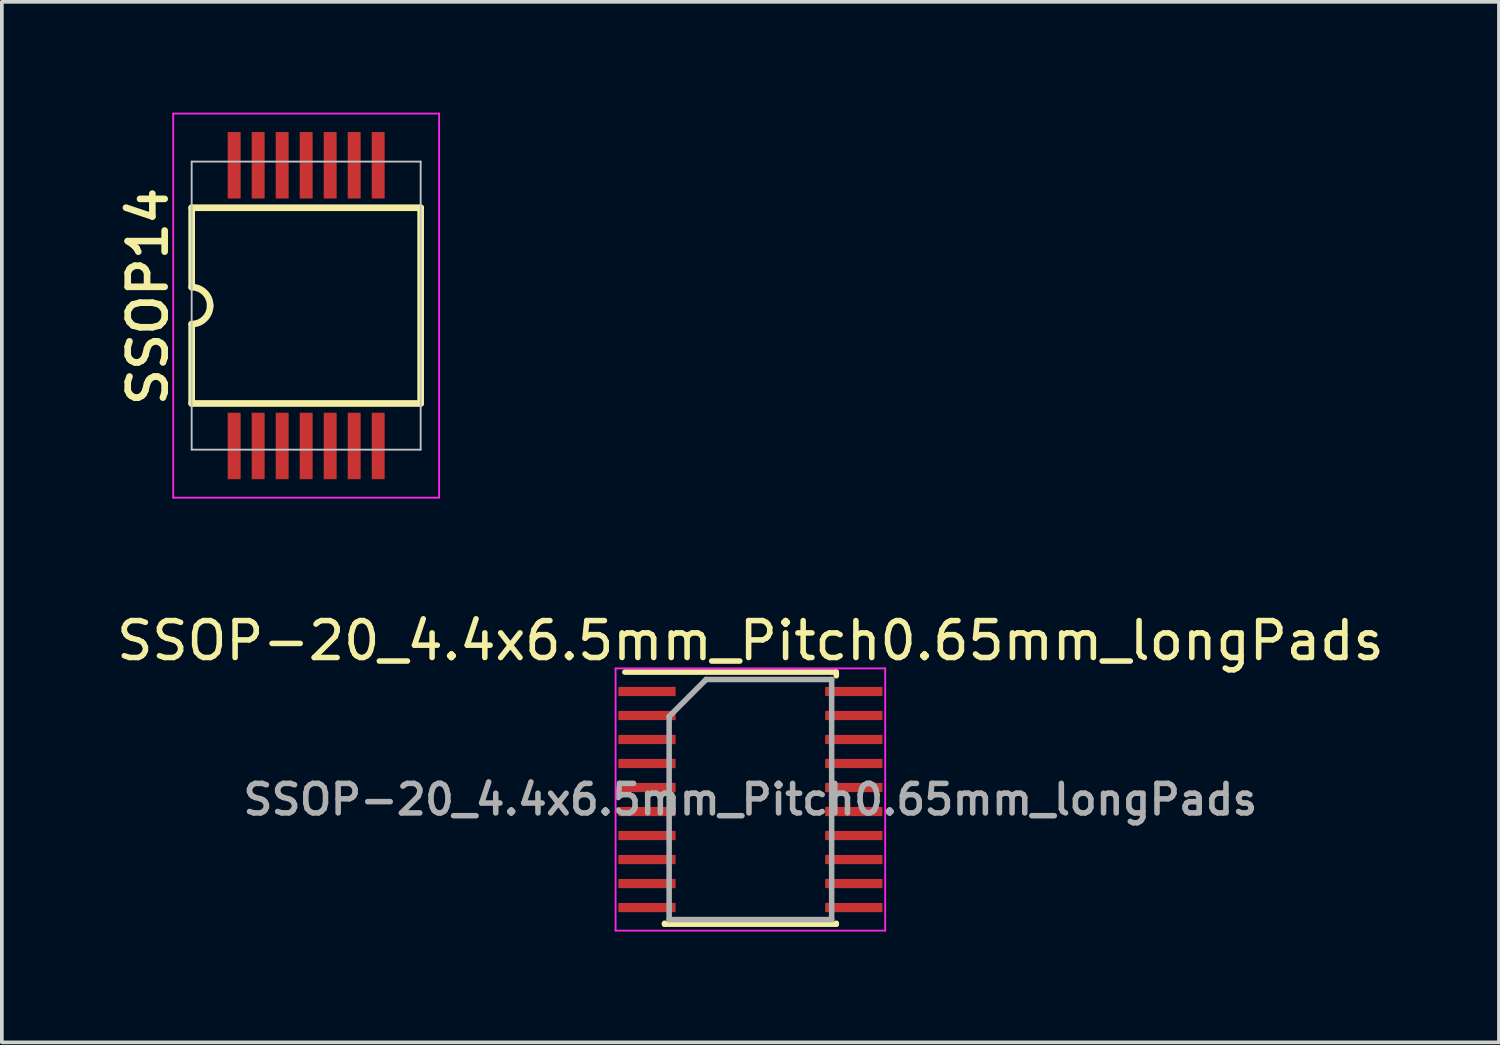
<source format=kicad_pcb>
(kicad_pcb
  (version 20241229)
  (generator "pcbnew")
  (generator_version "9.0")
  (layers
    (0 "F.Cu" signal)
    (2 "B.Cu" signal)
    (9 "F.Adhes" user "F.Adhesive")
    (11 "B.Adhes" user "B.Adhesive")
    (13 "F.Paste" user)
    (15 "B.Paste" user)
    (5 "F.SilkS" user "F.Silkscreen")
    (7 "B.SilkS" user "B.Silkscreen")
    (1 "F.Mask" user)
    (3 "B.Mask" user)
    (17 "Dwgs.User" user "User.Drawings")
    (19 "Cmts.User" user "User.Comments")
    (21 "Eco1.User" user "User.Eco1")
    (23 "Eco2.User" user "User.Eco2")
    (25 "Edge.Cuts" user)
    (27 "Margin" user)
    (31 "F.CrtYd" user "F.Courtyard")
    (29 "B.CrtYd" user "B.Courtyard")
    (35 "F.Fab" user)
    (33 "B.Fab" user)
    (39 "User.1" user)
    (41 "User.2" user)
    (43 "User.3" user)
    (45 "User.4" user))
  (footprint "SSOP-20_4.4x6.5mm_Pitch0.65mm_longPads"
    (layer "F.Cu")
    (at 17.268 18.598)
    (property "Reference" "SSOP-20_4.4x6.5mm_Pitch0.65mm_longPads" (at 0 -4.3 0) (layer "F.SilkS") (effects (font (size 1 1) (thickness 0.15))))
    (attr smd)
    (fp_line (start -3.4 -3.45) (end 2.325 -3.45) (stroke (width 0.15) (type solid)) (layer "F.SilkS"))
    (fp_line (start -2.325 3.375) (end -2.325 3.35) (stroke (width 0.15) (type solid)) (layer "F.SilkS"))
    (fp_line (start -2.325 3.375) (end 2.325 3.375) (stroke (width 0.15) (type solid)) (layer "F.SilkS"))
    (fp_line (start 2.325 -3.45) (end 2.325 -3.35) (stroke (width 0.15) (type solid)) (layer "F.SilkS"))
    (fp_line (start 2.325 3.375) (end 2.325 3.35) (stroke (width 0.15) (type solid)) (layer "F.SilkS"))
    (fp_line (start -3.65 -3.55) (end -3.65 3.55) (stroke (width 0.05) (type solid)) (layer "F.CrtYd"))
    (fp_line (start -3.65 -3.55) (end 3.65 -3.55) (stroke (width 0.05) (type solid)) (layer "F.CrtYd"))
    (fp_line (start -3.65 3.55) (end 3.65 3.55) (stroke (width 0.05) (type solid)) (layer "F.CrtYd"))
    (fp_line (start 3.65 -3.55) (end 3.65 3.55) (stroke (width 0.05) (type solid)) (layer "F.CrtYd"))
    (fp_line (start -2.2 -2.25) (end -1.2 -3.25) (stroke (width 0.15) (type solid)) (layer "F.Fab"))
    (fp_line (start -2.2 3.25) (end -2.2 -2.25) (stroke (width 0.15) (type solid)) (layer "F.Fab"))
    (fp_line (start -1.2 -3.25) (end 2.2 -3.25) (stroke (width 0.15) (type solid)) (layer "F.Fab"))
    (fp_line (start 2.2 -3.25) (end 2.2 3.25) (stroke (width 0.15) (type solid)) (layer "F.Fab"))
    (fp_line (start 2.2 3.25) (end -2.2 3.25) (stroke (width 0.15) (type solid)) (layer "F.Fab"))
    (fp_text user "${REFERENCE}" (at 0 0 0) (layer "F.Fab") (effects (font (size 0.8 0.8) (thickness 0.15))))
    (pad "1" smd rect (at -2.8 -2.925) (size 1.55 0.25) (layers "F.Cu" "F.Mask" "F.Paste"))
    (pad "2" smd rect (at -2.8 -2.275) (size 1.55 0.25) (layers "F.Cu" "F.Mask" "F.Paste"))
    (pad "3" smd rect (at -2.8 -1.625) (size 1.55 0.25) (layers "F.Cu" "F.Mask" "F.Paste"))
    (pad "4" smd rect (at -2.8 -0.975) (size 1.55 0.25) (layers "F.Cu" "F.Mask" "F.Paste"))
    (pad "5" smd rect (at -2.8 -0.325) (size 1.55 0.25) (layers "F.Cu" "F.Mask" "F.Paste"))
    (pad "6" smd rect (at -2.8 0.325) (size 1.55 0.25) (layers "F.Cu" "F.Mask" "F.Paste"))
    (pad "7" smd rect (at -2.8 0.975) (size 1.55 0.25) (layers "F.Cu" "F.Mask" "F.Paste"))
    (pad "8" smd rect (at -2.8 1.625) (size 1.55 0.25) (layers "F.Cu" "F.Mask" "F.Paste"))
    (pad "9" smd rect (at -2.8 2.275) (size 1.55 0.25) (layers "F.Cu" "F.Mask" "F.Paste"))
    (pad "10" smd rect (at -2.8 2.925) (size 1.55 0.25) (layers "F.Cu" "F.Mask" "F.Paste"))
    (pad "11" smd rect (at 2.8 2.925) (size 1.55 0.25) (layers "F.Cu" "F.Mask" "F.Paste"))
    (pad "12" smd rect (at 2.8 2.275) (size 1.55 0.25) (layers "F.Cu" "F.Mask" "F.Paste"))
    (pad "13" smd rect (at 2.8 1.625) (size 1.55 0.25) (layers "F.Cu" "F.Mask" "F.Paste"))
    (pad "14" smd rect (at 2.8 0.975) (size 1.55 0.25) (layers "F.Cu" "F.Mask" "F.Paste"))
    (pad "15" smd rect (at 2.8 0.325) (size 1.55 0.25) (layers "F.Cu" "F.Mask" "F.Paste"))
    (pad "16" smd rect (at 2.8 -0.325) (size 1.55 0.25) (layers "F.Cu" "F.Mask" "F.Paste"))
    (pad "17" smd rect (at 2.8 -0.975) (size 1.55 0.25) (layers "F.Cu" "F.Mask" "F.Paste"))
    (pad "18" smd rect (at 2.8 -1.625) (size 1.55 0.25) (layers "F.Cu" "F.Mask" "F.Paste"))
    (pad "19" smd rect (at 2.8 -2.275) (size 1.55 0.25) (layers "F.Cu" "F.Mask" "F.Paste"))
    (pad "20" smd rect (at 2.8 -2.925) (size 1.55 0.25) (layers "F.Cu" "F.Mask" "F.Paste")))
  (footprint "SSOP14"
    (layer "F.Cu")
    (at 5.24 5.225)
    (property "Reference" "SSOP14" (at -3.7 2.8 90) (layer "F.SilkS") (effects (font (size 1 1) (thickness 0.18)) (justify left bottom)))
    (attr through_hole)
    (fp_line (start -3.1 -2.65) (end 3.1 -2.65) (stroke (width 0.18) (type solid)) (layer "F.SilkS"))
    (fp_line (start -3.1 -0.5) (end -3.1 -2.65) (stroke (width 0.18) (type solid)) (layer "F.SilkS"))
    (fp_line (start -3.1 0.5) (end -3.1 2.65) (stroke (width 0.18) (type solid)) (layer "F.SilkS"))
    (fp_line (start 3.1 -2.65) (end 3.1 2.65) (stroke (width 0.18) (type solid)) (layer "F.SilkS"))
    (fp_line (start 3.1 2.65) (end -3.1 2.65) (stroke (width 0.18) (type solid)) (layer "F.SilkS"))
    (fp_arc (start -3.1 -0.5) (mid -2.746447 -0.353553) (end -2.6 0) (stroke (width 0.18) (type solid)) (layer "F.SilkS"))
    (fp_arc (start -2.6 0) (mid -2.746447 0.353553) (end -3.1 0.5) (stroke (width 0.18) (type solid)) (layer "F.SilkS"))
    (fp_line (start -3.1 -3.9) (end 3.1 -3.9) (stroke (width 0.05) (type solid)) (layer "Dwgs.User"))
    (fp_line (start -3.1 3.9) (end -3.1 -3.9) (stroke (width 0.05) (type solid)) (layer "Dwgs.User"))
    (fp_line (start 3.1 -3.9) (end 3.1 3.9) (stroke (width 0.05) (type solid)) (layer "Dwgs.User"))
    (fp_line (start 3.1 3.9) (end -3.1 3.9) (stroke (width 0.05) (type solid)) (layer "Dwgs.User"))
    (fp_line (start -3.6 -5.2) (end 3.6 -5.2) (stroke (width 0.05) (type solid)) (layer "F.CrtYd"))
    (fp_line (start -3.6 5.2) (end -3.6 -5.2) (stroke (width 0.05) (type solid)) (layer "F.CrtYd"))
    (fp_line (start 3.6 -5.2) (end 3.6 5.2) (stroke (width 0.05) (type solid)) (layer "F.CrtYd"))
    (fp_line (start 3.6 5.2) (end -3.6 5.2) (stroke (width 0.05) (type solid)) (layer "F.CrtYd"))
    (pad "1" smd rect (at -1.95 3.8) (size 0.35 1.8) (layers "F.Cu" "F.Mask" "F.Paste"))
    (pad "2" smd rect (at -1.3 3.8) (size 0.35 1.8) (layers "F.Cu" "F.Mask" "F.Paste"))
    (pad "3" smd rect (at -0.65 3.8) (size 0.35 1.8) (layers "F.Cu" "F.Mask" "F.Paste"))
    (pad "4" smd rect (at 0 3.8) (size 0.35 1.8) (layers "F.Cu" "F.Mask" "F.Paste"))
    (pad "5" smd rect (at 0.65 3.8) (size 0.35 1.8) (layers "F.Cu" "F.Mask" "F.Paste"))
    (pad "6" smd rect (at 1.3 3.8) (size 0.35 1.8) (layers "F.Cu" "F.Mask" "F.Paste"))
    (pad "7" smd rect (at 1.95 3.8) (size 0.35 1.8) (layers "F.Cu" "F.Mask" "F.Paste"))
    (pad "8" smd rect (at 1.95 -3.8) (size 0.35 1.8) (layers "F.Cu" "F.Mask" "F.Paste"))
    (pad "9" smd rect (at 1.3 -3.8) (size 0.35 1.8) (layers "F.Cu" "F.Mask" "F.Paste"))
    (pad "10" smd rect (at 0.65 -3.8) (size 0.35 1.8) (layers "F.Cu" "F.Mask" "F.Paste"))
    (pad "11" smd rect (at 0 -3.8) (size 0.35 1.8) (layers "F.Cu" "F.Mask" "F.Paste"))
    (pad "12" smd rect (at -0.65 -3.8) (size 0.35 1.8) (layers "F.Cu" "F.Mask" "F.Paste"))
    (pad "13" smd rect (at -1.3 -3.8) (size 0.35 1.8) (layers "F.Cu" "F.Mask" "F.Paste"))
    (pad "14" smd rect (at -1.95 -3.8) (size 0.35 1.8) (layers "F.Cu" "F.Mask" "F.Paste")))
  (gr_rect
    (start -3 -3)
    (end 37.536 25.173)
    (stroke (width 0.1) (type default))
    (fill no)
    (layer "Edge.Cuts")))
</source>
